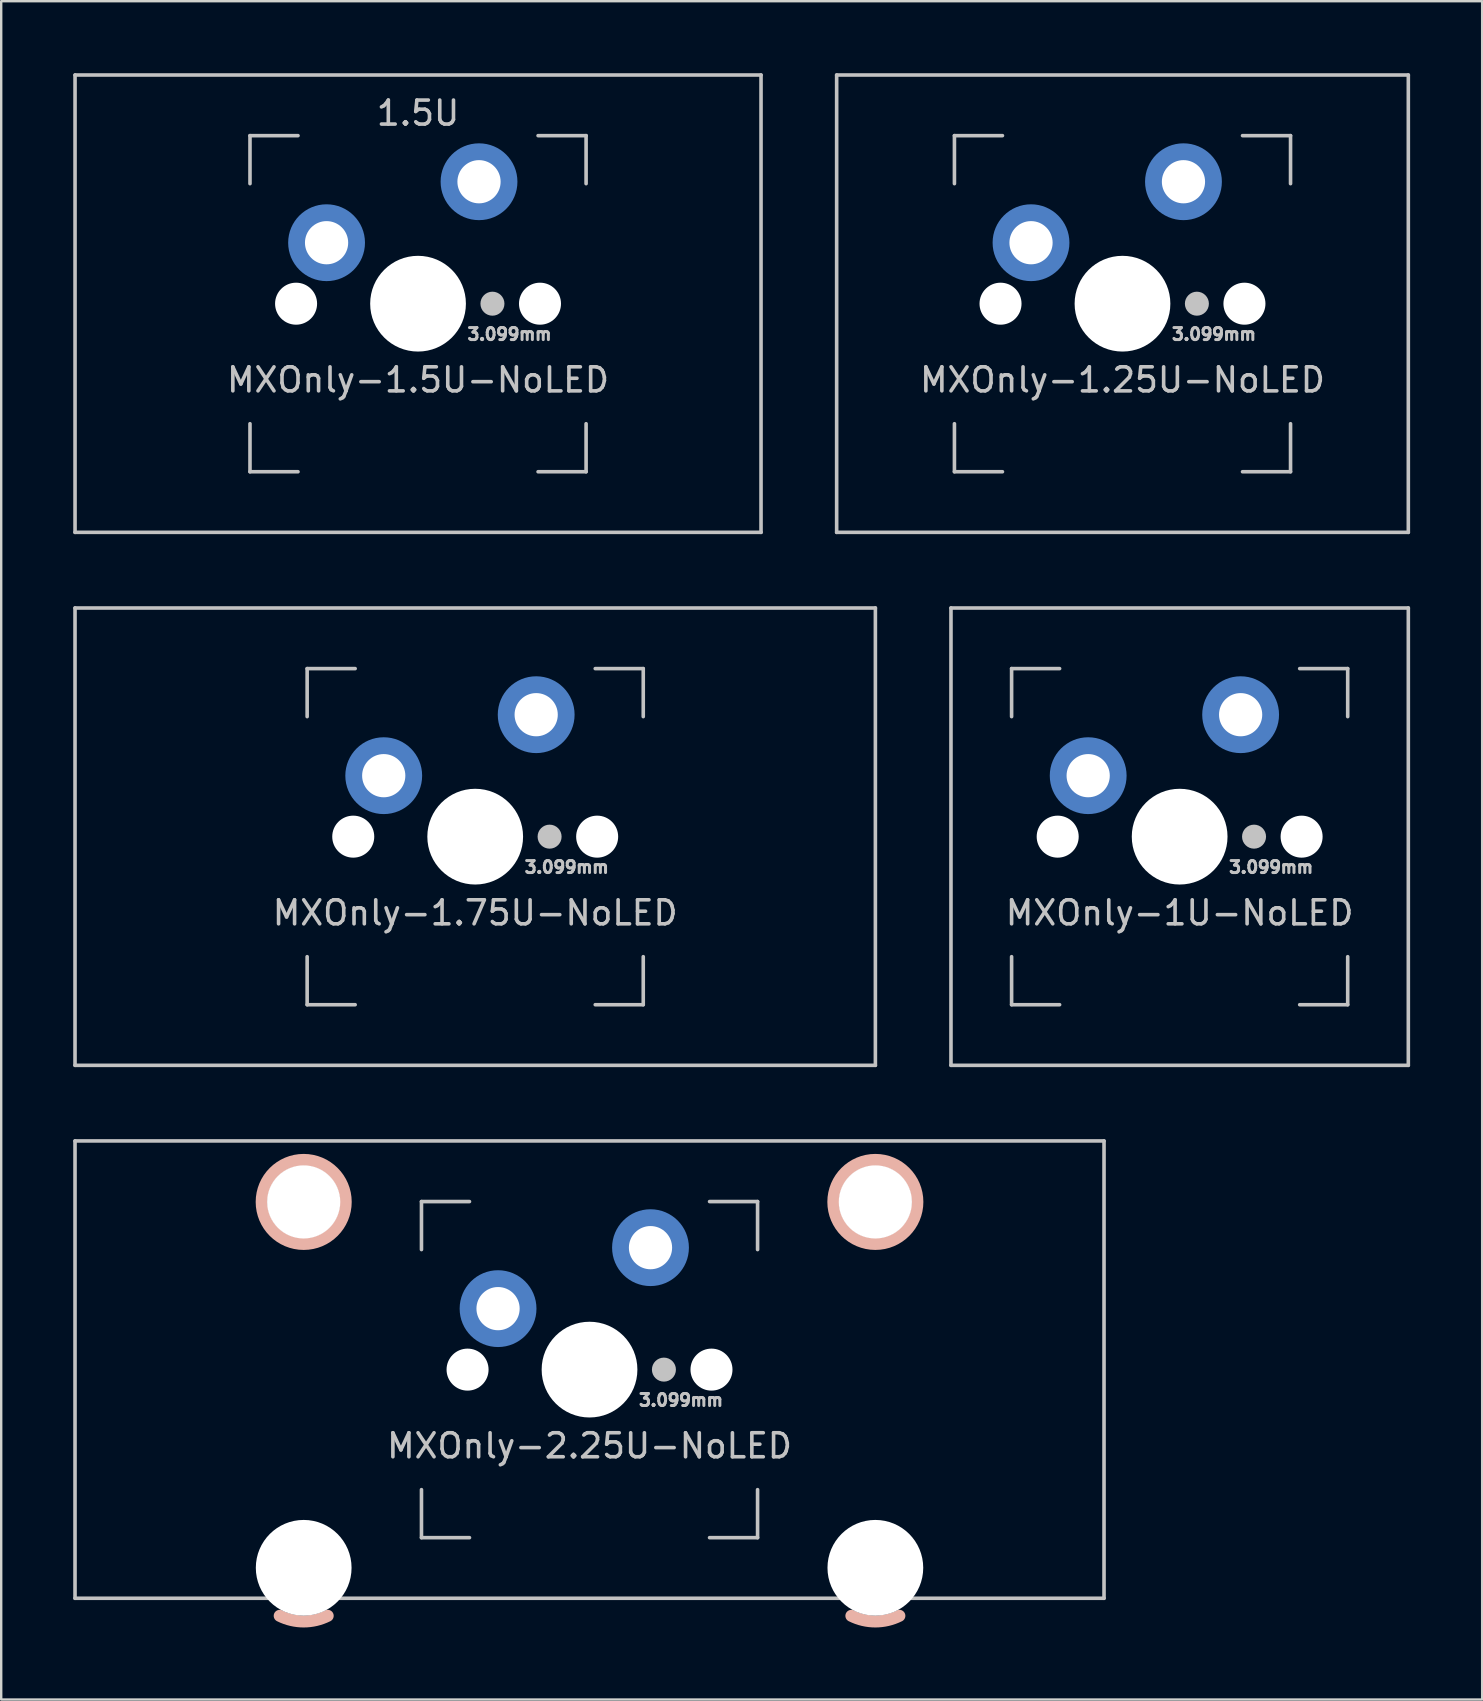
<source format=kicad_pcb>
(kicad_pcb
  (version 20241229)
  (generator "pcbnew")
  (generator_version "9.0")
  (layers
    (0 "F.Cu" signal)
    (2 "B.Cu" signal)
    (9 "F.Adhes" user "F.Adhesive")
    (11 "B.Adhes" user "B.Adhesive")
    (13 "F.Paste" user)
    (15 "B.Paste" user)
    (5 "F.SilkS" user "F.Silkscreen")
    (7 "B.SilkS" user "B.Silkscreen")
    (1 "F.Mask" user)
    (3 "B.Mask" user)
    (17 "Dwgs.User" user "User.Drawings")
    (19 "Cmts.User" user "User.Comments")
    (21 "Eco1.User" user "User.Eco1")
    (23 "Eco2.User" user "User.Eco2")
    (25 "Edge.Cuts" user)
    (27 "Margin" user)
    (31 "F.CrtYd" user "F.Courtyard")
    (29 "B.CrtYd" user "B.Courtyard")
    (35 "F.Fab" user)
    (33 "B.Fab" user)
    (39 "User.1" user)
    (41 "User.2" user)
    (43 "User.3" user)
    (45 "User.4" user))
  (footprint "MXOnly-2.25U-NoLED"
    (layer "F.Cu")
    (at 21.506 54)
    (property "Reference" "MXOnly-2.25U-NoLED" (at 0 3.175 0) (layer "Dwgs.User") (effects (font (size 1 1) (thickness 0.15))))
    (attr through_hole)
    (fp_arc (start -10.90625 10.255) (mid -11.905663 10.491068) (end -12.905199 10.255525) (stroke (width 0.5) (type solid)) (layer "B.SilkS"))
    (fp_arc (start 12.90625 10.255) (mid 11.906837 10.491068) (end 10.907301 10.255525) (stroke (width 0.5) (type solid)) (layer "B.SilkS"))
    (fp_circle (center -11.906 -6.985) (end -10.156 -6.985) (stroke (width 0.5) (type solid)) (fill no) (layer "B.SilkS"))
    (fp_circle (center 11.906 -6.985) (end 13.656 -6.985) (stroke (width 0.5) (type solid)) (fill no) (layer "B.SilkS"))
    (fp_line (start -21.431 -9.525) (end 21.431 -9.525) (stroke (width 0.15) (type solid)) (layer "Dwgs.User"))
    (fp_line (start -21.431 9.525) (end -21.431 -9.525) (stroke (width 0.15) (type solid)) (layer "Dwgs.User"))
    (fp_line (start -21.431 9.525) (end 21.431 9.525) (stroke (width 0.15) (type solid)) (layer "Dwgs.User"))
    (fp_line (start -7 -7) (end -7 -5) (stroke (width 0.15) (type solid)) (layer "Dwgs.User"))
    (fp_line (start -7 5) (end -7 7) (stroke (width 0.15) (type solid)) (layer "Dwgs.User"))
    (fp_line (start -7 7) (end -5 7) (stroke (width 0.15) (type solid)) (layer "Dwgs.User"))
    (fp_line (start -5 -7) (end -7 -7) (stroke (width 0.15) (type solid)) (layer "Dwgs.User"))
    (fp_line (start 5 -7) (end 7 -7) (stroke (width 0.15) (type solid)) (layer "Dwgs.User"))
    (fp_line (start 5 7) (end 7 7) (stroke (width 0.15) (type solid)) (layer "Dwgs.User"))
    (fp_line (start 7 -7) (end 7 -5) (stroke (width 0.15) (type solid)) (layer "Dwgs.User"))
    (fp_line (start 7 7) (end 7 5) (stroke (width 0.15) (type solid)) (layer "Dwgs.User"))
    (fp_line (start 21.431 -9.525) (end 21.431 9.525) (stroke (width 0.15) (type solid)) (layer "Dwgs.User"))
    (fp_text user "3.099mm" (at 3.81 1.27 0) (layer "Dwgs.User") (effects (font (size 0.5 0.5) (thickness 0.125))))
    (pad "" np_thru_hole circle (at -11.906 -6.985) (size 3.048 3.048) (drill 3.048) (layers "*.Cu" "*.Mask"))
    (pad "" np_thru_hole circle (at -11.906 8.255) (size 3.988 3.988) (drill 3.988) (layers "*.Cu" "*.Mask"))
    (pad "" np_thru_hole circle (at -5.08 0 48.1) (size 1.75 1.75) (drill 1.75) (layers "*.Cu" "*.Mask"))
    (pad "" smd circle (at -3.81 -2.54) (size 2.8 2.8) (layers "B.Mask"))
    (pad "" np_thru_hole circle (at 0 0) (size 3.988 3.988) (drill 3.988) (layers "*.Cu" "*.Mask"))
    (pad "" smd circle (at 2.54 -5.08) (size 2.8 2.8) (layers "B.Mask"))
    (pad "" smd circle (at 3.099 0) (size 1 1) (layers "Dwgs.User"))
    (pad "" np_thru_hole circle (at 5.08 0 48.1) (size 1.75 1.75) (drill 1.75) (layers "*.Cu" "*.Mask"))
    (pad "" np_thru_hole circle (at 11.906 -6.985) (size 3.048 3.048) (drill 3.048) (layers "*.Cu" "*.Mask"))
    (pad "" np_thru_hole circle (at 11.906 8.255) (size 3.988 3.988) (drill 3.988) (layers "*.Cu" "*.Mask"))
    (pad "1" thru_hole circle (at -3.81 -2.54) (size 2.4 2.4) (drill 1.8) (layers "*.Cu"))
    (pad "1" connect circle (at -3.81 -2.54) (size 3.2 3.2) (layers "B.Cu"))
    (pad "2" thru_hole circle (at 2.54 -5.08) (size 2.4 2.4) (drill 1.8) (layers "*.Cu"))
    (pad "2" connect circle (at 2.54 -5.08) (size 3.2 3.2) (layers "B.Cu")))
  (footprint "MXOnly-1.75U-NoLED"
    (layer "F.Cu")
    (at 16.744 31.8)
    (property "Reference" "MXOnly-1.75U-NoLED" (at 0 3.175 0) (layer "Dwgs.User") (effects (font (size 1 1) (thickness 0.15))))
    (attr through_hole)
    (fp_line (start -16.669 -9.525) (end 16.669 -9.525) (stroke (width 0.15) (type solid)) (layer "Dwgs.User"))
    (fp_line (start -16.669 9.525) (end -16.669 -9.525) (stroke (width 0.15) (type solid)) (layer "Dwgs.User"))
    (fp_line (start -16.669 9.525) (end 16.669 9.525) (stroke (width 0.15) (type solid)) (layer "Dwgs.User"))
    (fp_line (start -7 -7) (end -7 -5) (stroke (width 0.15) (type solid)) (layer "Dwgs.User"))
    (fp_line (start -7 5) (end -7 7) (stroke (width 0.15) (type solid)) (layer "Dwgs.User"))
    (fp_line (start -7 7) (end -5 7) (stroke (width 0.15) (type solid)) (layer "Dwgs.User"))
    (fp_line (start -5 -7) (end -7 -7) (stroke (width 0.15) (type solid)) (layer "Dwgs.User"))
    (fp_line (start 5 -7) (end 7 -7) (stroke (width 0.15) (type solid)) (layer "Dwgs.User"))
    (fp_line (start 5 7) (end 7 7) (stroke (width 0.15) (type solid)) (layer "Dwgs.User"))
    (fp_line (start 7 -7) (end 7 -5) (stroke (width 0.15) (type solid)) (layer "Dwgs.User"))
    (fp_line (start 7 7) (end 7 5) (stroke (width 0.15) (type solid)) (layer "Dwgs.User"))
    (fp_line (start 16.669 -9.525) (end 16.669 9.525) (stroke (width 0.15) (type solid)) (layer "Dwgs.User"))
    (fp_text user "3.099mm" (at 3.81 1.27 0) (layer "Dwgs.User") (effects (font (size 0.5 0.5) (thickness 0.125))))
    (pad "" np_thru_hole circle (at -5.08 0 48.1) (size 1.75 1.75) (drill 1.75) (layers "*.Cu" "*.Mask"))
    (pad "" smd circle (at -3.81 -2.54) (size 2.8 2.8) (layers "B.Mask"))
    (pad "" np_thru_hole circle (at 0 0) (size 3.988 3.988) (drill 3.988) (layers "*.Cu" "*.Mask"))
    (pad "" smd circle (at 2.54 -5.08) (size 2.8 2.8) (layers "B.Mask"))
    (pad "" smd circle (at 3.099 0) (size 1 1) (layers "Dwgs.User"))
    (pad "" np_thru_hole circle (at 5.08 0 48.1) (size 1.75 1.75) (drill 1.75) (layers "*.Cu" "*.Mask"))
    (pad "1" thru_hole circle (at -3.81 -2.54) (size 2.4 2.4) (drill 1.8) (layers "*.Cu"))
    (pad "1" connect circle (at -3.81 -2.54) (size 3.2 3.2) (layers "B.Cu"))
    (pad "2" thru_hole circle (at 2.54 -5.08) (size 2.4 2.4) (drill 1.8) (layers "*.Cu"))
    (pad "2" connect circle (at 2.54 -5.08) (size 3.2 3.2) (layers "B.Cu")))
  (footprint "MXOnly-1.25U-NoLED"
    (layer "F.Cu")
    (at 43.706 9.6)
    (property "Reference" "MXOnly-1.25U-NoLED" (at 0 3.175 0) (layer "Dwgs.User") (effects (font (size 1 1) (thickness 0.15))))
    (attr through_hole)
    (fp_line (start -11.906 -9.525) (end 11.906 -9.525) (stroke (width 0.15) (type solid)) (layer "Dwgs.User"))
    (fp_line (start -11.906 9.525) (end -11.906 -9.525) (stroke (width 0.15) (type solid)) (layer "Dwgs.User"))
    (fp_line (start -11.906 9.525) (end 11.906 9.525) (stroke (width 0.15) (type solid)) (layer "Dwgs.User"))
    (fp_line (start -7 -7) (end -7 -5) (stroke (width 0.15) (type solid)) (layer "Dwgs.User"))
    (fp_line (start -7 5) (end -7 7) (stroke (width 0.15) (type solid)) (layer "Dwgs.User"))
    (fp_line (start -7 7) (end -5 7) (stroke (width 0.15) (type solid)) (layer "Dwgs.User"))
    (fp_line (start -5 -7) (end -7 -7) (stroke (width 0.15) (type solid)) (layer "Dwgs.User"))
    (fp_line (start 5 -7) (end 7 -7) (stroke (width 0.15) (type solid)) (layer "Dwgs.User"))
    (fp_line (start 5 7) (end 7 7) (stroke (width 0.15) (type solid)) (layer "Dwgs.User"))
    (fp_line (start 7 -7) (end 7 -5) (stroke (width 0.15) (type solid)) (layer "Dwgs.User"))
    (fp_line (start 7 7) (end 7 5) (stroke (width 0.15) (type solid)) (layer "Dwgs.User"))
    (fp_line (start 11.906 -9.525) (end 11.906 9.525) (stroke (width 0.15) (type solid)) (layer "Dwgs.User"))
    (fp_text user "3.099mm" (at 3.81 1.27 0) (layer "Dwgs.User") (effects (font (size 0.5 0.5) (thickness 0.125))))
    (pad "" np_thru_hole circle (at -5.08 0 48.1) (size 1.75 1.75) (drill 1.75) (layers "*.Cu" "*.Mask"))
    (pad "" smd circle (at -3.81 -2.54) (size 2.8 2.8) (layers "B.Mask"))
    (pad "" np_thru_hole circle (at 0 0) (size 3.988 3.988) (drill 3.988) (layers "*.Cu" "*.Mask"))
    (pad "" smd circle (at 2.54 -5.08) (size 2.8 2.8) (layers "B.Mask"))
    (pad "" smd circle (at 3.099 0) (size 1 1) (layers "Dwgs.User"))
    (pad "" np_thru_hole circle (at 5.08 0 48.1) (size 1.75 1.75) (drill 1.75) (layers "*.Cu" "*.Mask"))
    (pad "1" thru_hole circle (at -3.81 -2.54) (size 2.4 2.4) (drill 1.8) (layers "*.Cu"))
    (pad "1" connect circle (at -3.81 -2.54) (size 3.2 3.2) (layers "B.Cu"))
    (pad "2" thru_hole circle (at 2.54 -5.08) (size 2.4 2.4) (drill 1.8) (layers "*.Cu"))
    (pad "2" connect circle (at 2.54 -5.08) (size 3.2 3.2) (layers "B.Cu")))
  (footprint "MXOnly-1U-NoLED"
    (layer "F.Cu")
    (at 46.087 31.8)
    (property "Reference" "MXOnly-1U-NoLED" (at 0 3.175 0) (layer "Dwgs.User") (effects (font (size 1 1) (thickness 0.15))))
    (attr through_hole)
    (fp_line (start -9.525 -9.525) (end 9.525 -9.525) (stroke (width 0.15) (type solid)) (layer "Dwgs.User"))
    (fp_line (start -9.525 9.525) (end -9.525 -9.525) (stroke (width 0.15) (type solid)) (layer "Dwgs.User"))
    (fp_line (start -7 -7) (end -7 -5) (stroke (width 0.15) (type solid)) (layer "Dwgs.User"))
    (fp_line (start -7 5) (end -7 7) (stroke (width 0.15) (type solid)) (layer "Dwgs.User"))
    (fp_line (start -7 7) (end -5 7) (stroke (width 0.15) (type solid)) (layer "Dwgs.User"))
    (fp_line (start -5 -7) (end -7 -7) (stroke (width 0.15) (type solid)) (layer "Dwgs.User"))
    (fp_line (start 5 -7) (end 7 -7) (stroke (width 0.15) (type solid)) (layer "Dwgs.User"))
    (fp_line (start 5 7) (end 7 7) (stroke (width 0.15) (type solid)) (layer "Dwgs.User"))
    (fp_line (start 7 -7) (end 7 -5) (stroke (width 0.15) (type solid)) (layer "Dwgs.User"))
    (fp_line (start 7 7) (end 7 5) (stroke (width 0.15) (type solid)) (layer "Dwgs.User"))
    (fp_line (start 9.525 -9.525) (end 9.525 9.525) (stroke (width 0.15) (type solid)) (layer "Dwgs.User"))
    (fp_line (start 9.525 9.525) (end -9.525 9.525) (stroke (width 0.15) (type solid)) (layer "Dwgs.User"))
    (fp_text user "3.099mm" (at 3.81 1.27 0) (layer "Dwgs.User") (effects (font (size 0.5 0.5) (thickness 0.125))))
    (pad "" np_thru_hole circle (at -5.08 0 48.1) (size 1.75 1.75) (drill 1.75) (layers "*.Cu" "*.Mask"))
    (pad "" smd circle (at -3.81 -2.54) (size 2.8 2.8) (layers "B.Mask"))
    (pad "" np_thru_hole circle (at 0 0) (size 3.988 3.988) (drill 3.988) (layers "*.Cu" "*.Mask"))
    (pad "" smd circle (at 2.54 -5.08) (size 2.8 2.8) (layers "B.Mask"))
    (pad "" smd circle (at 3.099 0) (size 1 1) (layers "Dwgs.User"))
    (pad "" np_thru_hole circle (at 5.08 0 48.1) (size 1.75 1.75) (drill 1.75) (layers "*.Cu" "*.Mask"))
    (pad "1" thru_hole circle (at -3.81 -2.54) (size 2.4 2.4) (drill 1.8) (layers "*.Cu"))
    (pad "1" connect circle (at -3.81 -2.54) (size 3.2 3.2) (layers "B.Cu"))
    (pad "2" thru_hole circle (at 2.54 -5.08) (size 2.4 2.4) (drill 1.8) (layers "*.Cu"))
    (pad "2" connect circle (at 2.54 -5.08) (size 3.2 3.2) (layers "B.Cu")))
  (footprint "MXOnly-1.5U-NoLED"
    (layer "F.Cu")
    (at 14.363 9.6)
    (property "Reference" "MXOnly-1.5U-NoLED" (at 0 3.175 0) (layer "Dwgs.User") (effects (font (size 1 1) (thickness 0.15))))
    (attr through_hole)
    (fp_line (start -14.287 -9.525) (end 14.287 -9.525) (stroke (width 0.15) (type solid)) (layer "Dwgs.User"))
    (fp_line (start -14.287 9.525) (end -14.287 -9.525) (stroke (width 0.15) (type solid)) (layer "Dwgs.User"))
    (fp_line (start -14.287 9.525) (end 14.287 9.525) (stroke (width 0.15) (type solid)) (layer "Dwgs.User"))
    (fp_line (start -7 -7) (end -7 -5) (stroke (width 0.15) (type solid)) (layer "Dwgs.User"))
    (fp_line (start -7 5) (end -7 7) (stroke (width 0.15) (type solid)) (layer "Dwgs.User"))
    (fp_line (start -7 7) (end -5 7) (stroke (width 0.15) (type solid)) (layer "Dwgs.User"))
    (fp_line (start -5 -7) (end -7 -7) (stroke (width 0.15) (type solid)) (layer "Dwgs.User"))
    (fp_line (start 5 -7) (end 7 -7) (stroke (width 0.15) (type solid)) (layer "Dwgs.User"))
    (fp_line (start 5 7) (end 7 7) (stroke (width 0.15) (type solid)) (layer "Dwgs.User"))
    (fp_line (start 7 -7) (end 7 -5) (stroke (width 0.15) (type solid)) (layer "Dwgs.User"))
    (fp_line (start 7 7) (end 7 5) (stroke (width 0.15) (type solid)) (layer "Dwgs.User"))
    (fp_line (start 14.287 -9.525) (end 14.287 9.525) (stroke (width 0.15) (type solid)) (layer "Dwgs.User"))
    (fp_text user "1.5U" (at 0 -7.938 0) (layer "Dwgs.User") (effects (font (size 1 1) (thickness 0.15))))
    (fp_text user "3.099mm" (at 3.81 1.27 0) (layer "Dwgs.User") (effects (font (size 0.5 0.5) (thickness 0.125))))
    (pad "" np_thru_hole circle (at -5.08 0 48.1) (size 1.75 1.75) (drill 1.75) (layers "*.Cu" "*.Mask"))
    (pad "" smd circle (at -3.81 -2.54) (size 2.8 2.8) (layers "B.Mask"))
    (pad "" np_thru_hole circle (at 0 0) (size 3.988 3.988) (drill 3.988) (layers "*.Cu" "*.Mask"))
    (pad "" smd circle (at 2.54 -5.08) (size 2.8 2.8) (layers "B.Mask"))
    (pad "" smd circle (at 3.099 0) (size 1 1) (layers "Dwgs.User"))
    (pad "" np_thru_hole circle (at 5.08 0 48.1) (size 1.75 1.75) (drill 1.75) (layers "*.Cu" "*.Mask"))
    (pad "1" thru_hole circle (at -3.81 -2.54) (size 2.4 2.4) (drill 1.8) (layers "*.Cu"))
    (pad "1" connect circle (at -3.81 -2.54) (size 3.2 3.2) (layers "B.Cu"))
    (pad "2" thru_hole circle (at 2.54 -5.08) (size 2.4 2.4) (drill 1.8) (layers "*.Cu"))
    (pad "2" connect circle (at 2.54 -5.08) (size 3.2 3.2) (layers "B.Cu")))
  (gr_rect
    (start -3 -3)
    (end 58.688 67.741)
    (stroke (width 0.1) (type default))
    (fill no)
    (layer "Edge.Cuts")))
</source>
